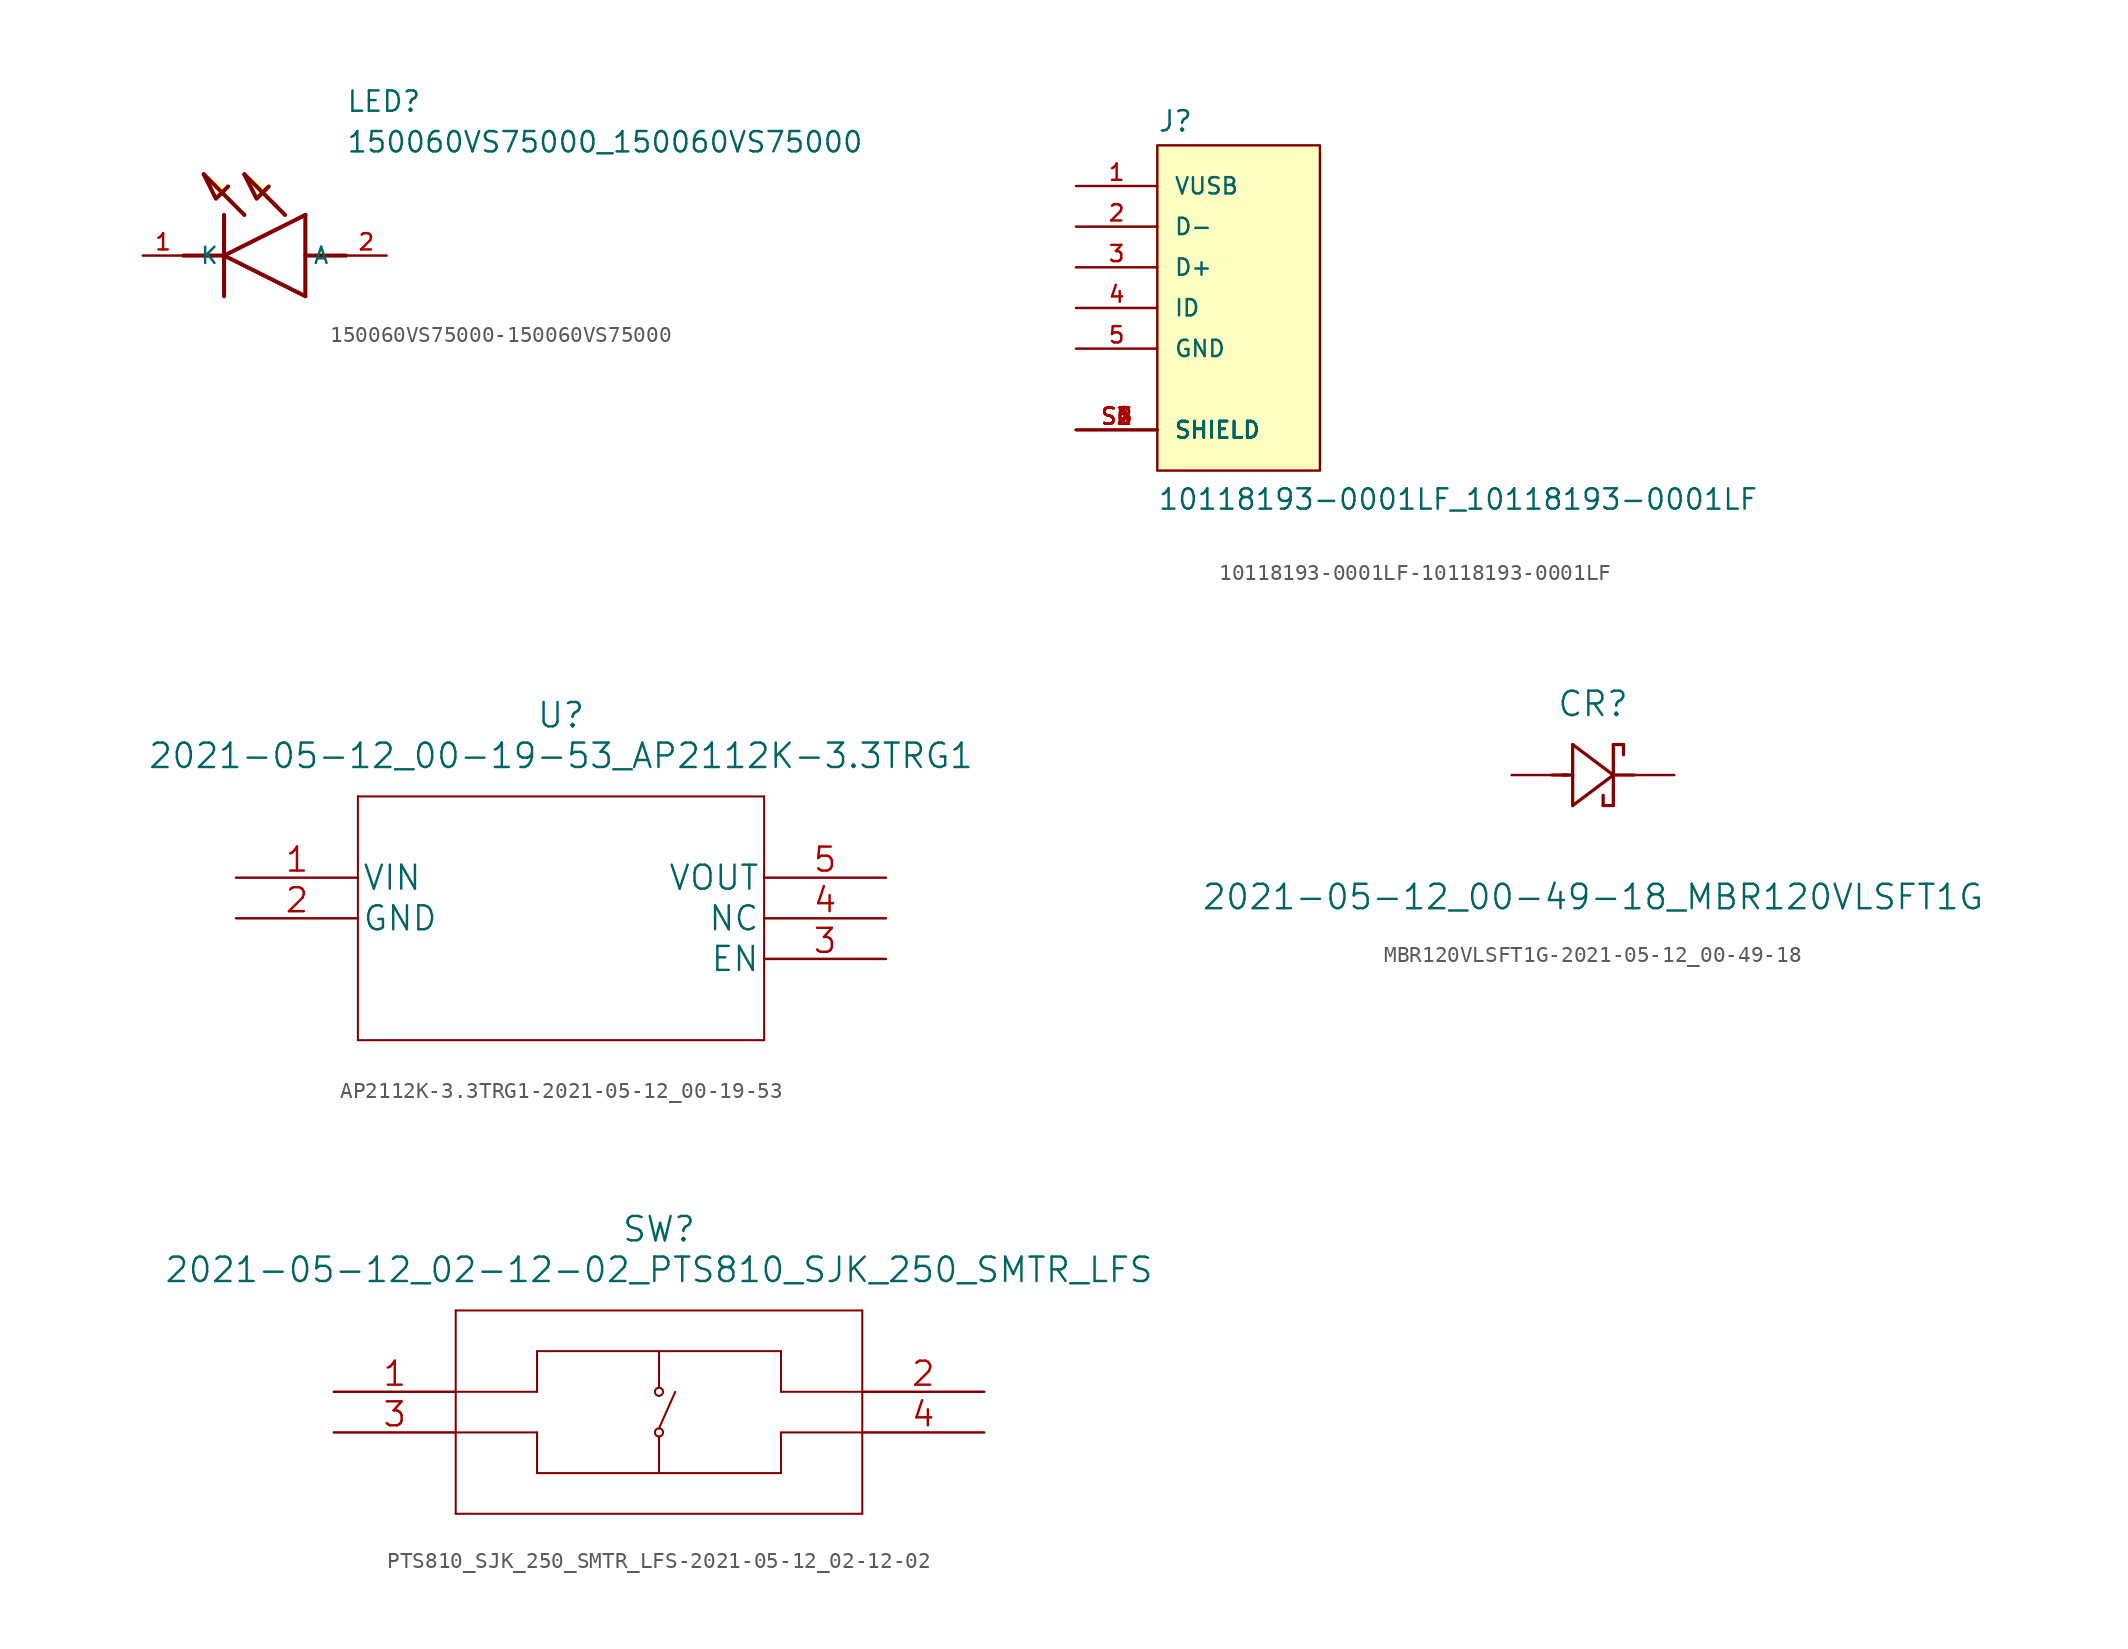
<source format=kicad_sym>
(kicad_symbol_lib
  (version 20220914)
  (generator kicad_symbol_editor)
  (symbol "150060VS75000-150060VS75000"
    (pin_names
      (offset 1.016))
    (property "Reference" "LED"
      (at 12.7 8.89 0)
      (effects (font (size 1.27 1.27)) (justify left bottom)))
    (property "Value" "150060VS75000_150060VS75000"
      (at 12.7 6.35 0)
      (effects (font (size 1.27 1.27)) (justify left bottom)))
    (property "ki_locked" ""
      (at 0 0 0)
      (effects (font (size 1.27 1.27))))
    (symbol "150060VS75000-150060VS75000_0_0"
      (polyline (pts (xy 2.54 0) (xy 5.08 0)) (stroke (width 0.254) (type solid)) (fill (type none)))
      (polyline (pts (xy 5.08 0) (xy 10.16 2.54)) (stroke (width 0.254) (type solid)) (fill (type none)))
      (polyline (pts (xy 5.08 2.54) (xy 5.08 -2.54)) (stroke (width 0.254) (type solid)) (fill (type none)))
      (polyline (pts (xy 6.35 2.54) (xy 3.81 5.08)) (stroke (width 0.254) (type solid)) (fill (type none)))
      (polyline (pts (xy 8.89 2.54) (xy 6.35 5.08)) (stroke (width 0.254) (type solid)) (fill (type none)))
      (polyline (pts (xy 10.16 -2.54) (xy 5.08 0)) (stroke (width 0.254) (type solid)) (fill (type none)))
      (polyline (pts (xy 10.16 -2.54) (xy 10.16 2.54)) (stroke (width 0.254) (type solid)) (fill (type none)))
      (polyline (pts (xy 10.16 0) (xy 12.7 0)) (stroke (width 0.254) (type solid)) (fill (type none)))
      (polyline (pts (xy 5.334 4.318) (xy 4.572 3.556) (xy 3.81 5.08)) (stroke (width 0.254) (type solid)) (fill (type background)))
      (polyline (pts (xy 7.874 4.318) (xy 7.112 3.556) (xy 6.35 5.08)) (stroke (width 0.254) (type solid)) (fill (type background)))
      (pin bidirectional line (at 0 0 0) (length 2.54) (name "K" (effects (font (size 1.016 1.016)))) (number "1" (effects (font (size 1.016 1.016)))))
      (pin bidirectional line (at 15.24 0 180) (length 2.54) (name "A" (effects (font (size 1.016 1.016)))) (number "2" (effects (font (size 1.016 1.016)))))))
  (symbol "10118193-0001LF-10118193-0001LF"
    (pin_names
      (offset 1.016))
    (property "Reference" "J"
      (at -5.08 10.922 0)
      (effects (font (size 1.27 1.27)) (justify left bottom)))
    (property "Value" "10118193-0001LF_10118193-0001LF"
      (at -5.08 -12.7 0)
      (effects (font (size 1.27 1.27)) (justify left bottom)))
    (property "ki_locked" ""
      (at 0 0 0)
      (effects (font (size 1.27 1.27))))
    (symbol "10118193-0001LF-10118193-0001LF_0_0"
      (rectangle (start -5.08 -10.16) (end 5.08 10.16) (stroke (width 0.152) (type solid)) (fill (type background)))
      (pin passive line (at -10.16 7.62 0) (length 5.08) (name "VUSB" (effects (font (size 1.016 1.016)))) (number "1" (effects (font (size 1.016 1.016)))))
      (pin passive line (at -10.16 5.08 0) (length 5.08) (name "D-" (effects (font (size 1.016 1.016)))) (number "2" (effects (font (size 1.016 1.016)))))
      (pin passive line (at -10.16 2.54 0) (length 5.08) (name "D+" (effects (font (size 1.016 1.016)))) (number "3" (effects (font (size 1.016 1.016)))))
      (pin passive line (at -10.16 0 0) (length 5.08) (name "ID" (effects (font (size 1.016 1.016)))) (number "4" (effects (font (size 1.016 1.016)))))
      (pin passive line (at -10.16 -2.54 0) (length 5.08) (name "GND" (effects (font (size 1.016 1.016)))) (number "5" (effects (font (size 1.016 1.016)))))
      (pin passive line (at -10.16 -7.62 0) (length 5.08) (name "SHIELD" (effects (font (size 1.016 1.016)))) (number "S1" (effects (font (size 1.016 1.016)))))
      (pin passive line (at -10.16 -7.62 0) (length 5.08) (name "SHIELD" (effects (font (size 1.016 1.016)))) (number "S2" (effects (font (size 1.016 1.016)))))
      (pin passive line (at -10.16 -7.62 0) (length 5.08) (name "SHIELD" (effects (font (size 1.016 1.016)))) (number "S3" (effects (font (size 1.016 1.016)))))
      (pin passive line (at -10.16 -7.62 0) (length 5.08) (name "SHIELD" (effects (font (size 1.016 1.016)))) (number "S4" (effects (font (size 1.016 1.016)))))
      (pin passive line (at -10.16 -7.62 0) (length 5.08) (name "SHIELD" (effects (font (size 1.016 1.016)))) (number "S5" (effects (font (size 1.016 1.016)))))
      (pin passive line (at -10.16 -7.62 0) (length 5.08) (name "SHIELD" (effects (font (size 1.016 1.016)))) (number "S6" (effects (font (size 1.016 1.016)))))))
  (symbol "AP2112K-3.3TRG1-2021-05-12_00-19-53"
    (pin_names
      (offset 0.254))
    (property "Reference" "U"
      (at 20.32 10.16 0)
      (effects (font (size 1.524 1.524))))
    (property "Value" "2021-05-12_00-19-53_AP2112K-3.3TRG1"
      (at 20.32 7.62 0)
      (effects (font (size 1.524 1.524))))
    (property "Datasheet" ""
      (at 0 0 0)
      (effects (font (size 1.524 1.524))))
    (property "ki_locked" ""
      (at 0 0 0)
      (effects (font (size 1.27 1.27))))
    (symbol "AP2112K-3.3TRG1-2021-05-12_00-19-53_1_1"
      (polyline (pts (xy 7.62 -10.16) (xy 33.02 -10.16)) (stroke (width 0.127) (type solid)) (fill (type none)))
      (polyline (pts (xy 7.62 5.08) (xy 7.62 -10.16)) (stroke (width 0.127) (type solid)) (fill (type none)))
      (polyline (pts (xy 33.02 -10.16) (xy 33.02 5.08)) (stroke (width 0.127) (type solid)) (fill (type none)))
      (polyline (pts (xy 33.02 5.08) (xy 7.62 5.08)) (stroke (width 0.127) (type solid)) (fill (type none)))
      (pin unspecified line (at 0 0 0) (length 7.62) (name "VIN" (effects (font (size 1.499 1.499)))) (number "1" (effects (font (size 1.499 1.499)))))
      (pin unspecified line (at 0 -2.54 0) (length 7.62) (name "GND" (effects (font (size 1.499 1.499)))) (number "2" (effects (font (size 1.499 1.499)))))
      (pin unspecified line (at 40.64 -5.08 180) (length 7.62) (name "EN" (effects (font (size 1.499 1.499)))) (number "3" (effects (font (size 1.499 1.499)))))
      (pin unspecified line (at 40.64 -2.54 180) (length 7.62) (name "NC" (effects (font (size 1.499 1.499)))) (number "4" (effects (font (size 1.499 1.499)))))
      (pin unspecified line (at 40.64 0 180) (length 7.62) (name "VOUT" (effects (font (size 1.499 1.499)))) (number "5" (effects (font (size 1.499 1.499)))))))
  (symbol "MBR120VLSFT1G-2021-05-12_00-49-18"
    (pin_numbers hide)
    (pin_names hide)
    (property "Reference" "CR"
      (at 5.08 4.445 0)
      (effects (font (size 1.524 1.524))))
    (property "Value" "2021-05-12_00-49-18_MBR120VLSFT1G"
      (at 5.08 -7.62 0)
      (effects (font (size 1.524 1.524))))
    (property "Datasheet" ""
      (at 0 0 0)
      (effects (font (size 1.524 1.524))))
    (property "ki_locked" ""
      (at 0 0 0)
      (effects (font (size 1.27 1.27))))
    (symbol "MBR120VLSFT1G-2021-05-12_00-49-18_1_1"
      (polyline (pts (xy 2.54 0) (xy 3.48 0)) (stroke (width 0.203) (type solid)) (fill (type none)))
      (polyline (pts (xy 3.175 0) (xy 3.81 0)) (stroke (width 0.203) (type solid)) (fill (type none)))
      (polyline (pts (xy 3.81 -1.905) (xy 6.35 0)) (stroke (width 0.203) (type solid)) (fill (type none)))
      (polyline (pts (xy 3.81 1.905) (xy 3.81 -1.905)) (stroke (width 0.203) (type solid)) (fill (type none)))
      (polyline (pts (xy 5.715 -1.905) (xy 5.715 -1.27)) (stroke (width 0.203) (type solid)) (fill (type none)))
      (polyline (pts (xy 6.35 -1.905) (xy 5.715 -1.905)) (stroke (width 0.203) (type solid)) (fill (type none)))
      (polyline (pts (xy 6.35 -1.905) (xy 6.35 1.905)) (stroke (width 0.203) (type solid)) (fill (type none)))
      (polyline (pts (xy 6.35 0) (xy 3.81 1.905)) (stroke (width 0.203) (type solid)) (fill (type none)))
      (polyline (pts (xy 6.35 0) (xy 7.62 0)) (stroke (width 0.203) (type solid)) (fill (type none)))
      (polyline (pts (xy 6.35 1.905) (xy 6.985 1.905)) (stroke (width 0.203) (type solid)) (fill (type none)))
      (polyline (pts (xy 6.985 1.905) (xy 6.985 1.27)) (stroke (width 0.203) (type solid)) (fill (type none)))
      (pin unspecified line (at 10.16 0 180) (length 2.54) (name "~" (effects (font (size 1.499 1.499)))) (number "1" (effects (font (size 1.499 1.499)))))
      (pin unspecified line (at 0 0 0) (length 2.54) (name "~" (effects (font (size 1.499 1.499)))) (number "2" (effects (font (size 1.499 1.499)))))))
  (symbol "PTS810_SJK_250_SMTR_LFS-2021-05-12_02-12-02"
    (pin_names
      (offset 0.254) hide)
    (property "Reference" "SW"
      (at 20.32 10.16 0)
      (effects (font (size 1.524 1.524))))
    (property "Value" "2021-05-12_02-12-02_PTS810_SJK_250_SMTR_LFS"
      (at 20.32 7.62 0)
      (effects (font (size 1.524 1.524))))
    (property "Datasheet" ""
      (at 0 0 0)
      (effects (font (size 1.524 1.524))))
    (property "ki_locked" ""
      (at 0 0 0)
      (effects (font (size 1.27 1.27))))
    (symbol "PTS810_SJK_250_SMTR_LFS-2021-05-12_02-12-02_1_1"
      (polyline (pts (xy 7.62 -7.62) (xy 33.02 -7.62)) (stroke (width 0.127) (type solid)) (fill (type none)))
      (polyline (pts (xy 7.62 0) (xy 12.7 0)) (stroke (width 0.127) (type solid)) (fill (type none)))
      (polyline (pts (xy 7.62 5.08) (xy 7.62 -7.62)) (stroke (width 0.127) (type solid)) (fill (type none)))
      (polyline (pts (xy 12.7 -5.08) (xy 12.7 -2.54)) (stroke (width 0.127) (type solid)) (fill (type none)))
      (polyline (pts (xy 12.7 -2.54) (xy 7.62 -2.54)) (stroke (width 0.127) (type solid)) (fill (type none)))
      (polyline (pts (xy 12.7 0) (xy 12.7 2.54)) (stroke (width 0.127) (type solid)) (fill (type none)))
      (polyline (pts (xy 12.7 2.54) (xy 27.94 2.54)) (stroke (width 0.127) (type solid)) (fill (type none)))
      (polyline (pts (xy 20.32 -2.794) (xy 20.32 -5.08)) (stroke (width 0.127) (type solid)) (fill (type none)))
      (polyline (pts (xy 20.32 2.54) (xy 20.32 0.254)) (stroke (width 0.127) (type solid)) (fill (type none)))
      (polyline (pts (xy 21.336 0) (xy 20.32 -2.286)) (stroke (width 0.127) (type solid)) (fill (type none)))
      (polyline (pts (xy 27.94 -5.08) (xy 12.7 -5.08)) (stroke (width 0.127) (type solid)) (fill (type none)))
      (polyline (pts (xy 27.94 -2.54) (xy 27.94 -5.08)) (stroke (width 0.127) (type solid)) (fill (type none)))
      (polyline (pts (xy 27.94 0) (xy 33.02 0)) (stroke (width 0.127) (type solid)) (fill (type none)))
      (polyline (pts (xy 27.94 2.54) (xy 27.94 0)) (stroke (width 0.127) (type solid)) (fill (type none)))
      (polyline (pts (xy 33.02 -7.62) (xy 33.02 5.08)) (stroke (width 0.127) (type solid)) (fill (type none)))
      (polyline (pts (xy 33.02 -2.54) (xy 27.94 -2.54)) (stroke (width 0.127) (type solid)) (fill (type none)))
      (polyline (pts (xy 33.02 5.08) (xy 7.62 5.08)) (stroke (width 0.127) (type solid)) (fill (type none)))
      (arc (start 20.32 -2.794) (mid 20.32 -2.286) (end 20.32 -2.794) (stroke (width 0.127) (type solid)) (fill (type none)))
      (circle (center 20.32 -2.54) (radius 0.254) (stroke (width 0.127) (type solid)) (fill (type none)))
      (arc (start 20.32 -0.254) (mid 20.32 0.254) (end 20.32 -0.254) (stroke (width 0.127) (type solid)) (fill (type none)))
      (circle (center 20.32 0) (radius 0.254) (stroke (width 0.127) (type solid)) (fill (type none)))
      (pin unspecified line (at 0 0 0) (length 7.62) (name "1" (effects (font (size 1.499 1.499)))) (number "1" (effects (font (size 1.499 1.499)))))
      (pin unspecified line (at 40.64 0 180) (length 7.62) (name "2" (effects (font (size 1.499 1.499)))) (number "2" (effects (font (size 1.499 1.499)))))
      (pin unspecified line (at 0 -2.54 0) (length 7.62) (name "3" (effects (font (size 1.499 1.499)))) (number "3" (effects (font (size 1.499 1.499)))))
      (pin unspecified line (at 40.64 -2.54 180) (length 7.62) (name "4" (effects (font (size 1.499 1.499)))) (number "4" (effects (font (size 1.499 1.499))))))))
</source>
